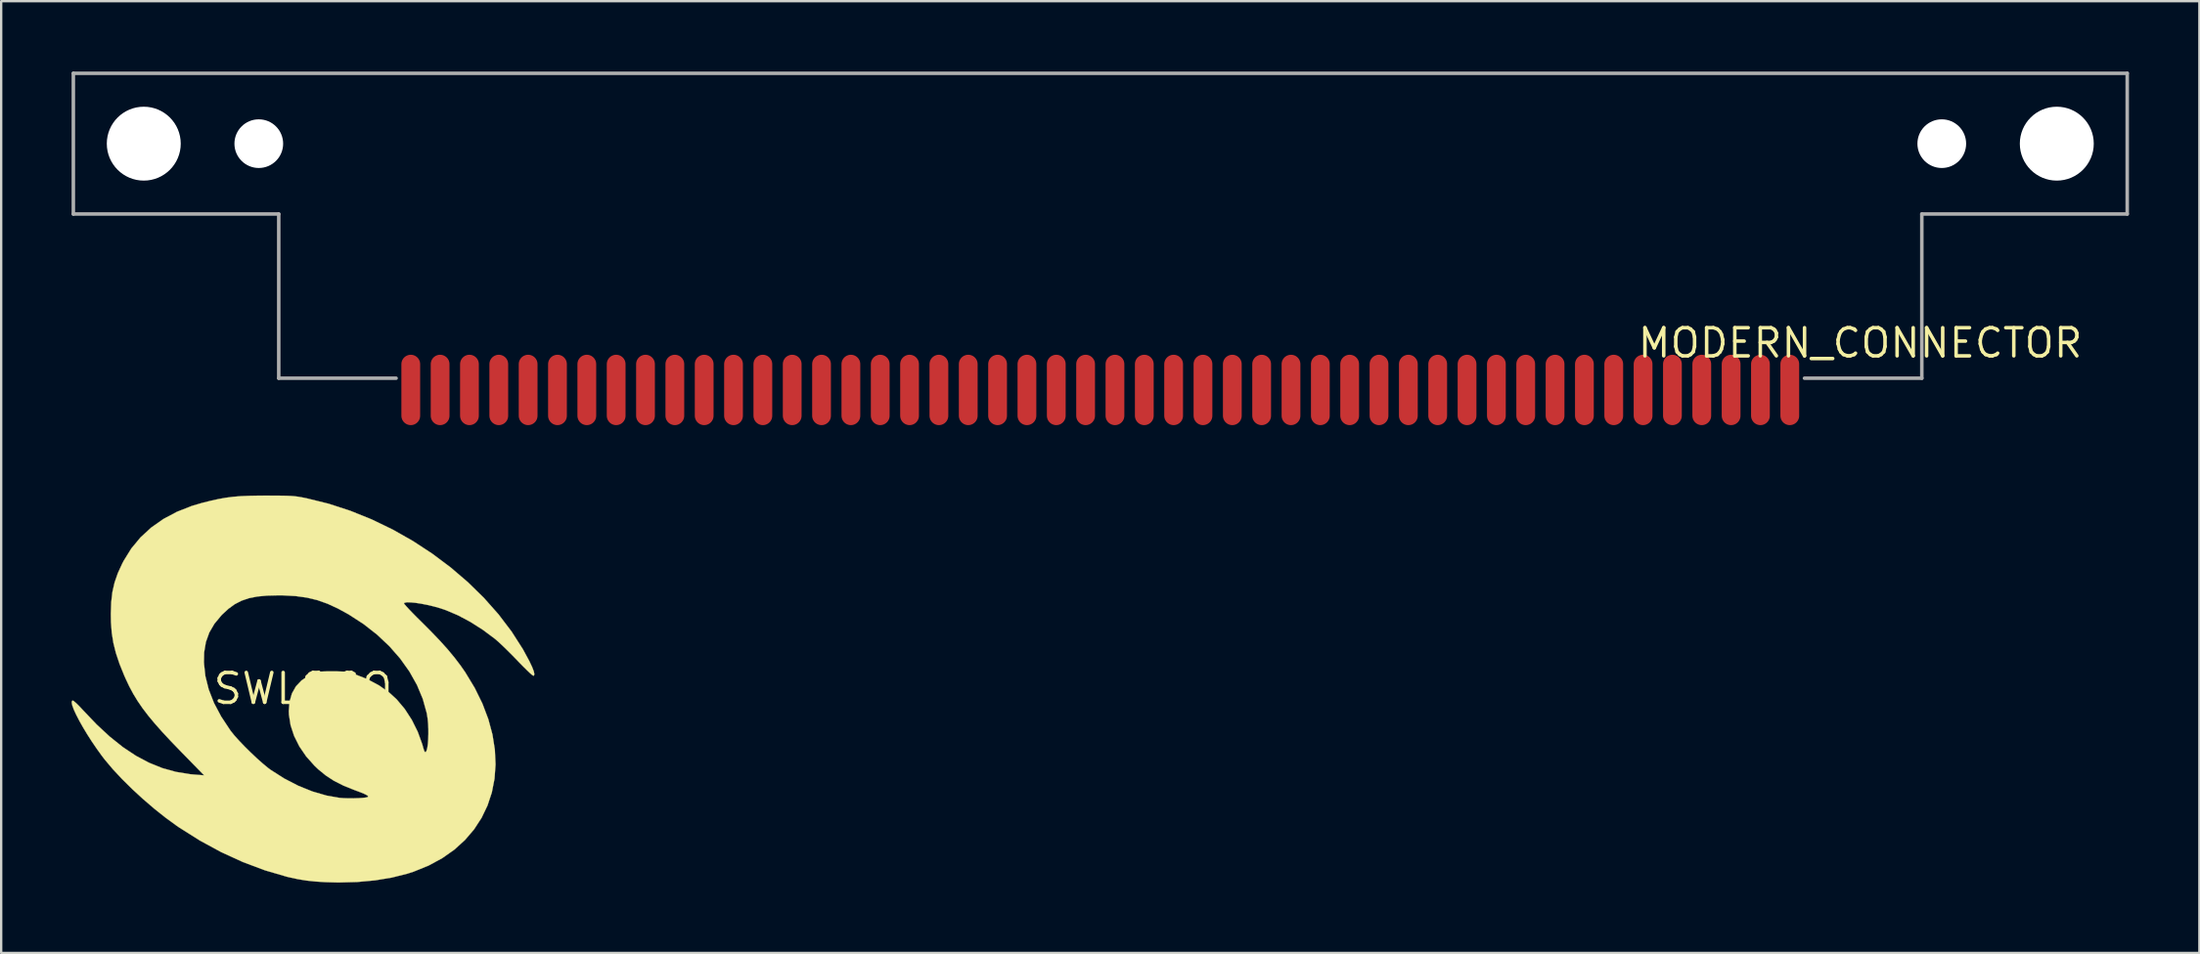
<source format=kicad_pcb>
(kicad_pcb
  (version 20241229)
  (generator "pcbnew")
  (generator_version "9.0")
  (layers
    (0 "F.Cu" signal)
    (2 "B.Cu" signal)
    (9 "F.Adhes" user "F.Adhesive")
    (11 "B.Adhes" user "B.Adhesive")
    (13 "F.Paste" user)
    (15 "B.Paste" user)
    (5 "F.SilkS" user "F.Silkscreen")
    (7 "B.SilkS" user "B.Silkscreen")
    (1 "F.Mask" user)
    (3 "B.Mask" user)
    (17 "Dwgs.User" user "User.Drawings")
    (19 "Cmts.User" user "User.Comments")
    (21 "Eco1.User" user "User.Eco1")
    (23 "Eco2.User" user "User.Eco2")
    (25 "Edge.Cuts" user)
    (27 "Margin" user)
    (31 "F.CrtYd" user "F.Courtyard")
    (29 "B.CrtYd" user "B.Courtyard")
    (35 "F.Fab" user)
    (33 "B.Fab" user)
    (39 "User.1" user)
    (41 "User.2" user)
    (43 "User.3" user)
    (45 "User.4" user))
  (footprint "MODERN_CONNECTOR"
    (layer "F.Cu")
    (at 43.825 13.575)
    (property "Reference" "MODERN_CONNECTOR" (at 32.375 -2.001 0) (layer "F.SilkS") (effects (font (size 1.2 1.2) (thickness 0.15))))
    (attr through_hole)
    (fp_line (start -43.75 -13.5) (end 43.75 -13.5) (stroke (width 0.15) (type solid)) (layer "F.Fab"))
    (fp_line (start -43.75 -7.5) (end -43.75 -13.5) (stroke (width 0.15) (type solid)) (layer "F.Fab"))
    (fp_line (start -35 -7.5) (end -43.75 -7.5) (stroke (width 0.15) (type solid)) (layer "F.Fab"))
    (fp_line (start -35 -0.5) (end -35 -7.5) (stroke (width 0.15) (type solid)) (layer "F.Fab"))
    (fp_line (start -30 -0.5) (end -35 -0.5) (stroke (width 0.15) (type solid)) (layer "F.Fab"))
    (fp_line (start 30 -0.5) (end 35 -0.5) (stroke (width 0.15) (type solid)) (layer "F.Fab"))
    (fp_line (start 35 -7.5) (end 43.75 -7.5) (stroke (width 0.15) (type solid)) (layer "F.Fab"))
    (fp_line (start 35 -0.5) (end 35 -7.5) (stroke (width 0.15) (type solid)) (layer "F.Fab"))
    (fp_line (start 43.75 -7.5) (end 43.75 -13.5) (stroke (width 0.15) (type solid)) (layer "F.Fab"))
    (pad "" np_thru_hole circle (at -40.75 -10.5) (size 3.15 3.15) (drill 3.15) (layers "*.Cu" "*.Mask"))
    (pad "" np_thru_hole circle (at -35.85 -10.5) (size 2.075 2.075) (drill 2.075) (layers "*.Cu" "*.Mask"))
    (pad "" np_thru_hole circle (at 35.85 -10.5) (size 2.075 2.075) (drill 2.075) (layers "*.Cu" "*.Mask"))
    (pad "" np_thru_hole circle (at 40.75 -10.5) (size 3.15 3.15) (drill 3.15) (layers "*.Cu" "*.Mask"))
    (pad "1" smd oval (at -29.375 0) (size 0.8 3) (layers "F.Cu" "F.Mask" "F.Paste"))
    (pad "2" smd oval (at -28.125 0) (size 0.8 3) (layers "F.Cu" "F.Mask" "F.Paste"))
    (pad "3" smd oval (at -26.875 0) (size 0.8 3) (layers "F.Cu" "F.Mask" "F.Paste"))
    (pad "4" smd oval (at -25.625 0) (size 0.8 3) (layers "F.Cu" "F.Mask" "F.Paste"))
    (pad "5" smd oval (at -24.375 0) (size 0.8 3) (layers "F.Cu" "F.Mask" "F.Paste"))
    (pad "6" smd oval (at -23.125 0) (size 0.8 3) (layers "F.Cu" "F.Mask" "F.Paste"))
    (pad "7" smd oval (at -21.875 0) (size 0.8 3) (layers "F.Cu" "F.Mask" "F.Paste"))
    (pad "8" smd oval (at -20.625 0) (size 0.8 3) (layers "F.Cu" "F.Mask" "F.Paste"))
    (pad "9" smd oval (at -19.375 0) (size 0.8 3) (layers "F.Cu" "F.Mask" "F.Paste"))
    (pad "10" smd oval (at -18.125 0) (size 0.8 3) (layers "F.Cu" "F.Mask" "F.Paste"))
    (pad "11" smd oval (at -16.875 0) (size 0.8 3) (layers "F.Cu" "F.Mask" "F.Paste"))
    (pad "12" smd oval (at -15.625 0) (size 0.8 3) (layers "F.Cu" "F.Mask" "F.Paste"))
    (pad "13" smd oval (at -14.375 0) (size 0.8 3) (layers "F.Cu" "F.Mask" "F.Paste"))
    (pad "14" smd oval (at -13.125 0) (size 0.8 3) (layers "F.Cu" "F.Mask" "F.Paste"))
    (pad "15" smd oval (at -11.875 0) (size 0.8 3) (layers "F.Cu" "F.Mask" "F.Paste"))
    (pad "16" smd oval (at -10.625 0) (size 0.8 3) (layers "F.Cu" "F.Mask" "F.Paste"))
    (pad "17" smd oval (at -9.375 0) (size 0.8 3) (layers "F.Cu" "F.Mask" "F.Paste"))
    (pad "18" smd oval (at -8.125 0) (size 0.8 3) (layers "F.Cu" "F.Mask" "F.Paste"))
    (pad "19" smd oval (at -6.875 0) (size 0.8 3) (layers "F.Cu" "F.Mask" "F.Paste"))
    (pad "20" smd oval (at -5.625 0) (size 0.8 3) (layers "F.Cu" "F.Mask" "F.Paste"))
    (pad "21" smd oval (at -4.375 0) (size 0.8 3) (layers "F.Cu" "F.Mask" "F.Paste"))
    (pad "22" smd oval (at -3.125 0) (size 0.8 3) (layers "F.Cu" "F.Mask" "F.Paste"))
    (pad "23" smd oval (at -1.875 0) (size 0.8 3) (layers "F.Cu" "F.Mask" "F.Paste"))
    (pad "24" smd oval (at -0.625 0) (size 0.8 3) (layers "F.Cu" "F.Mask" "F.Paste"))
    (pad "25" smd oval (at 0.625 0) (size 0.8 3) (layers "F.Cu" "F.Mask" "F.Paste"))
    (pad "26" smd oval (at 1.875 0) (size 0.8 3) (layers "F.Cu" "F.Mask" "F.Paste"))
    (pad "27" smd oval (at 3.125 0) (size 0.8 3) (layers "F.Cu" "F.Mask" "F.Paste"))
    (pad "28" smd oval (at 4.375 0) (size 0.8 3) (layers "F.Cu" "F.Mask" "F.Paste"))
    (pad "29" smd oval (at 5.625 0) (size 0.8 3) (layers "F.Cu" "F.Mask" "F.Paste"))
    (pad "30" smd oval (at 6.875 0) (size 0.8 3) (layers "F.Cu" "F.Mask" "F.Paste"))
    (pad "31" smd oval (at 8.125 0) (size 0.8 3) (layers "F.Cu" "F.Mask" "F.Paste"))
    (pad "32" smd oval (at 9.375 0) (size 0.8 3) (layers "F.Cu" "F.Mask" "F.Paste"))
    (pad "33" smd oval (at 10.625 0) (size 0.8 3) (layers "F.Cu" "F.Mask" "F.Paste"))
    (pad "34" smd oval (at 11.875 0) (size 0.8 3) (layers "F.Cu" "F.Mask" "F.Paste"))
    (pad "35" smd oval (at 13.125 0) (size 0.8 3) (layers "F.Cu" "F.Mask" "F.Paste"))
    (pad "36" smd oval (at 14.375 0) (size 0.8 3) (layers "F.Cu" "F.Mask" "F.Paste"))
    (pad "37" smd oval (at 15.625 0) (size 0.8 3) (layers "F.Cu" "F.Mask" "F.Paste"))
    (pad "38" smd oval (at 16.875 0) (size 0.8 3) (layers "F.Cu" "F.Mask" "F.Paste"))
    (pad "39" smd oval (at 18.125 0) (size 0.8 3) (layers "F.Cu" "F.Mask" "F.Paste"))
    (pad "40" smd oval (at 19.375 0) (size 0.8 3) (layers "F.Cu" "F.Mask" "F.Paste"))
    (pad "41" smd oval (at 20.625 0) (size 0.8 3) (layers "F.Cu" "F.Mask" "F.Paste"))
    (pad "42" smd oval (at 21.875 0) (size 0.8 3) (layers "F.Cu" "F.Mask" "F.Paste"))
    (pad "43" smd oval (at 23.125 0) (size 0.8 3) (layers "F.Cu" "F.Mask" "F.Paste"))
    (pad "44" smd oval (at 24.375 0) (size 0.8 3) (layers "F.Cu" "F.Mask" "F.Paste"))
    (pad "45" smd oval (at 25.625 0) (size 0.8 3) (layers "F.Cu" "F.Mask" "F.Paste"))
    (pad "46" smd oval (at 26.875 0) (size 0.8 3) (layers "F.Cu" "F.Mask" "F.Paste"))
    (pad "47" smd oval (at 28.125 0) (size 0.8 3) (layers "F.Cu" "F.Mask" "F.Paste"))
    (pad "48" smd oval (at 29.375 0) (size 0.8 3) (layers "F.Cu" "F.Mask" "F.Paste")))
  (footprint "SWLOGO"
    (layer "F.Cu")
    (at 9.86 26.311)
    (property "Reference" "SWLOGO" (at 0 0 0) (layer "F.SilkS") (effects (font (size 1.27 1.27) (thickness 0.15))))
    (attr through_hole)
    (fp_poly (pts (xy -1.216 -8.23) (xy -0.936 -8.228) (xy -0.712 -8.224) (xy -0.529 -8.216) (xy -0.374 -8.204) (xy -0.231 -8.187) (xy -0.087 -8.163) (xy 0.073 -8.132) (xy 0.163 -8.113) (xy 1.098 -7.882) (xy 2.024 -7.58) (xy 2.933 -7.212) (xy 3.821 -6.782) (xy 4.68 -6.295) (xy 5.504 -5.756) (xy 6.287 -5.169) (xy 7.023 -4.539) (xy 7.706 -3.87) (xy 8.328 -3.168) (xy 8.884 -2.436) (xy 9.368 -1.679) (xy 9.637 -1.182) (xy 9.76 -0.922) (xy 9.833 -0.731) (xy 9.856 -0.608) (xy 9.829 -0.553) (xy 9.812 -0.55) (xy 9.765 -0.58) (xy 9.67 -0.662) (xy 9.537 -0.789) (xy 9.374 -0.95) (xy 9.191 -1.137) (xy 9.126 -1.206) (xy 8.916 -1.422) (xy 8.703 -1.635) (xy 8.5 -1.832) (xy 8.323 -1.997) (xy 8.187 -2.115) (xy 8.178 -2.123) (xy 7.662 -2.508) (xy 7.128 -2.847) (xy 6.594 -3.131) (xy 6.073 -3.352) (xy 5.842 -3.43) (xy 5.571 -3.506) (xy 5.295 -3.571) (xy 5.029 -3.623) (xy 4.785 -3.66) (xy 4.577 -3.679) (xy 4.417 -3.68) (xy 4.319 -3.66) (xy 4.298 -3.643) (xy 4.32 -3.604) (xy 4.396 -3.514) (xy 4.516 -3.383) (xy 4.674 -3.218) (xy 4.861 -3.028) (xy 5.021 -2.871) (xy 5.457 -2.434) (xy 5.835 -2.039) (xy 6.163 -1.674) (xy 6.45 -1.328) (xy 6.705 -0.993) (xy 6.91 -0.699) (xy 7.315 -0.029) (xy 7.643 0.639) (xy 7.894 1.303) (xy 8.07 1.958) (xy 8.172 2.602) (xy 8.201 3.23) (xy 8.158 3.838) (xy 8.044 4.423) (xy 7.86 4.98) (xy 7.607 5.507) (xy 7.287 5.999) (xy 6.9 6.452) (xy 6.448 6.863) (xy 5.931 7.227) (xy 5.351 7.542) (xy 4.709 7.803) (xy 4.445 7.888) (xy 3.786 8.054) (xy 3.068 8.173) (xy 2.303 8.243) (xy 1.503 8.264) (xy 0.974 8.25) (xy 0.535 8.223) (xy 0.148 8.182) (xy -0.22 8.122) (xy -0.601 8.04) (xy -0.699 8.016) (xy -1.626 7.744) (xy -2.558 7.394) (xy -3.483 6.971) (xy -4.391 6.478) (xy -5.272 5.922) (xy -5.376 5.851) (xy -5.848 5.507) (xy -6.331 5.123) (xy -6.811 4.711) (xy -7.275 4.284) (xy -7.71 3.854) (xy -8.103 3.433) (xy -8.439 3.034) (xy -8.559 2.879) (xy -8.783 2.568) (xy -8.997 2.254) (xy -9.196 1.943) (xy -9.376 1.644) (xy -9.533 1.365) (xy -9.664 1.112) (xy -9.764 0.894) (xy -9.829 0.717) (xy -9.855 0.59) (xy -9.839 0.52) (xy -9.808 0.508) (xy -9.757 0.538) (xy -9.662 0.62) (xy -9.538 0.742) (xy -9.396 0.893) (xy -9.37 0.921) (xy -8.796 1.524) (xy -8.233 2.047) (xy -7.676 2.492) (xy -7.12 2.862) (xy -6.561 3.159) (xy -5.993 3.388) (xy -5.413 3.549) (xy -4.815 3.647) (xy -4.615 3.665) (xy -4.213 3.696) (xy -5.181 2.705) (xy -5.615 2.255) (xy -5.991 1.852) (xy -6.316 1.485) (xy -6.597 1.147) (xy -6.839 0.829) (xy -7.049 0.522) (xy -7.235 0.216) (xy -7.402 -0.096) (xy -7.557 -0.424) (xy -7.619 -0.565) (xy -7.82 -1.063) (xy -7.832 -1.101) (xy -4.223 -1.101) (xy -4.161 -0.533) (xy -4.018 0.036) (xy -3.795 0.608) (xy -3.49 1.185) (xy -3.102 1.772) (xy -3.079 1.804) (xy -2.926 1.994) (xy -2.722 2.221) (xy -2.484 2.47) (xy -2.225 2.726) (xy -1.964 2.972) (xy -1.713 3.195) (xy -1.491 3.379) (xy -1.376 3.464) (xy -0.8 3.832) (xy -0.204 4.14) (xy 0.401 4.384) (xy 1.001 4.559) (xy 1.555 4.656) (xy 1.729 4.669) (xy 1.934 4.676) (xy 2.15 4.675) (xy 2.359 4.669) (xy 2.543 4.657) (xy 2.683 4.641) (xy 2.761 4.62) (xy 2.767 4.615) (xy 2.77 4.583) (xy 2.718 4.54) (xy 2.604 4.483) (xy 2.421 4.408) (xy 2.18 4.318) (xy 1.72 4.133) (xy 1.325 3.933) (xy 0.974 3.705) (xy 0.646 3.437) (xy 0.486 3.284) (xy 0.132 2.886) (xy -0.158 2.46) (xy -0.38 2.015) (xy -0.529 1.562) (xy -0.6 1.11) (xy -0.606 0.953) (xy -0.573 0.553) (xy -0.472 0.203) (xy -0.302 -0.099) (xy -0.062 -0.352) (xy 0.248 -0.558) (xy 0.425 -0.642) (xy 0.528 -0.682) (xy 0.629 -0.709) (xy 0.747 -0.726) (xy 0.9 -0.734) (xy 1.108 -0.737) (xy 1.249 -0.737) (xy 1.498 -0.735) (xy 1.685 -0.728) (xy 1.834 -0.712) (xy 1.968 -0.686) (xy 2.109 -0.646) (xy 2.201 -0.617) (xy 2.745 -0.402) (xy 3.244 -0.135) (xy 3.686 0.179) (xy 3.991 0.459) (xy 4.333 0.866) (xy 4.635 1.333) (xy 4.887 1.84) (xy 5.078 2.366) (xy 5.123 2.529) (xy 5.164 2.656) (xy 5.203 2.707) (xy 5.239 2.692) (xy 5.271 2.619) (xy 5.299 2.498) (xy 5.32 2.338) (xy 5.334 2.147) (xy 5.341 1.936) (xy 5.34 1.712) (xy 5.329 1.486) (xy 5.307 1.266) (xy 5.274 1.061) (xy 5.271 1.043) (xy 5.103 0.438) (xy 4.855 -0.156) (xy 4.532 -0.732) (xy 4.138 -1.285) (xy 3.678 -1.81) (xy 3.156 -2.302) (xy 2.578 -2.755) (xy 1.947 -3.164) (xy 1.486 -3.417) (xy 1.043 -3.621) (xy 0.608 -3.775) (xy 0.161 -3.882) (xy -0.318 -3.948) (xy -0.848 -3.977) (xy -1.05 -3.979) (xy -1.533 -3.967) (xy -1.947 -3.928) (xy -2.306 -3.857) (xy -2.621 -3.75) (xy -2.907 -3.602) (xy -3.175 -3.408) (xy -3.439 -3.165) (xy -3.479 -3.124) (xy -3.775 -2.768) (xy -3.994 -2.392) (xy -4.139 -1.987) (xy -4.214 -1.545) (xy -4.223 -1.101) (xy -7.832 -1.101) (xy -7.971 -1.517) (xy -8.079 -1.949) (xy -8.148 -2.38) (xy -8.182 -2.833) (xy -8.188 -3.196) (xy -8.171 -3.687) (xy -8.12 -4.123) (xy -8.028 -4.526) (xy -7.891 -4.921) (xy -7.703 -5.331) (xy -7.641 -5.45) (xy -7.316 -5.975) (xy -6.924 -6.448) (xy -6.469 -6.867) (xy -5.952 -7.231) (xy -5.374 -7.539) (xy -4.739 -7.789) (xy -4.303 -7.918) (xy -3.934 -8.01) (xy -3.603 -8.083) (xy -3.292 -8.139) (xy -2.981 -8.179) (xy -2.653 -8.206) (xy -2.29 -8.222) (xy -1.872 -8.23) (xy -1.566 -8.231) (xy -1.216 -8.23)) (stroke (width 0.01) (type solid)) (fill yes) (layer "F.SilkS")))
  (gr_rect
    (start -3 -3)
    (end 90.65 37.58)
    (stroke (width 0.1) (type default))
    (fill no)
    (layer "Edge.Cuts")))
</source>
